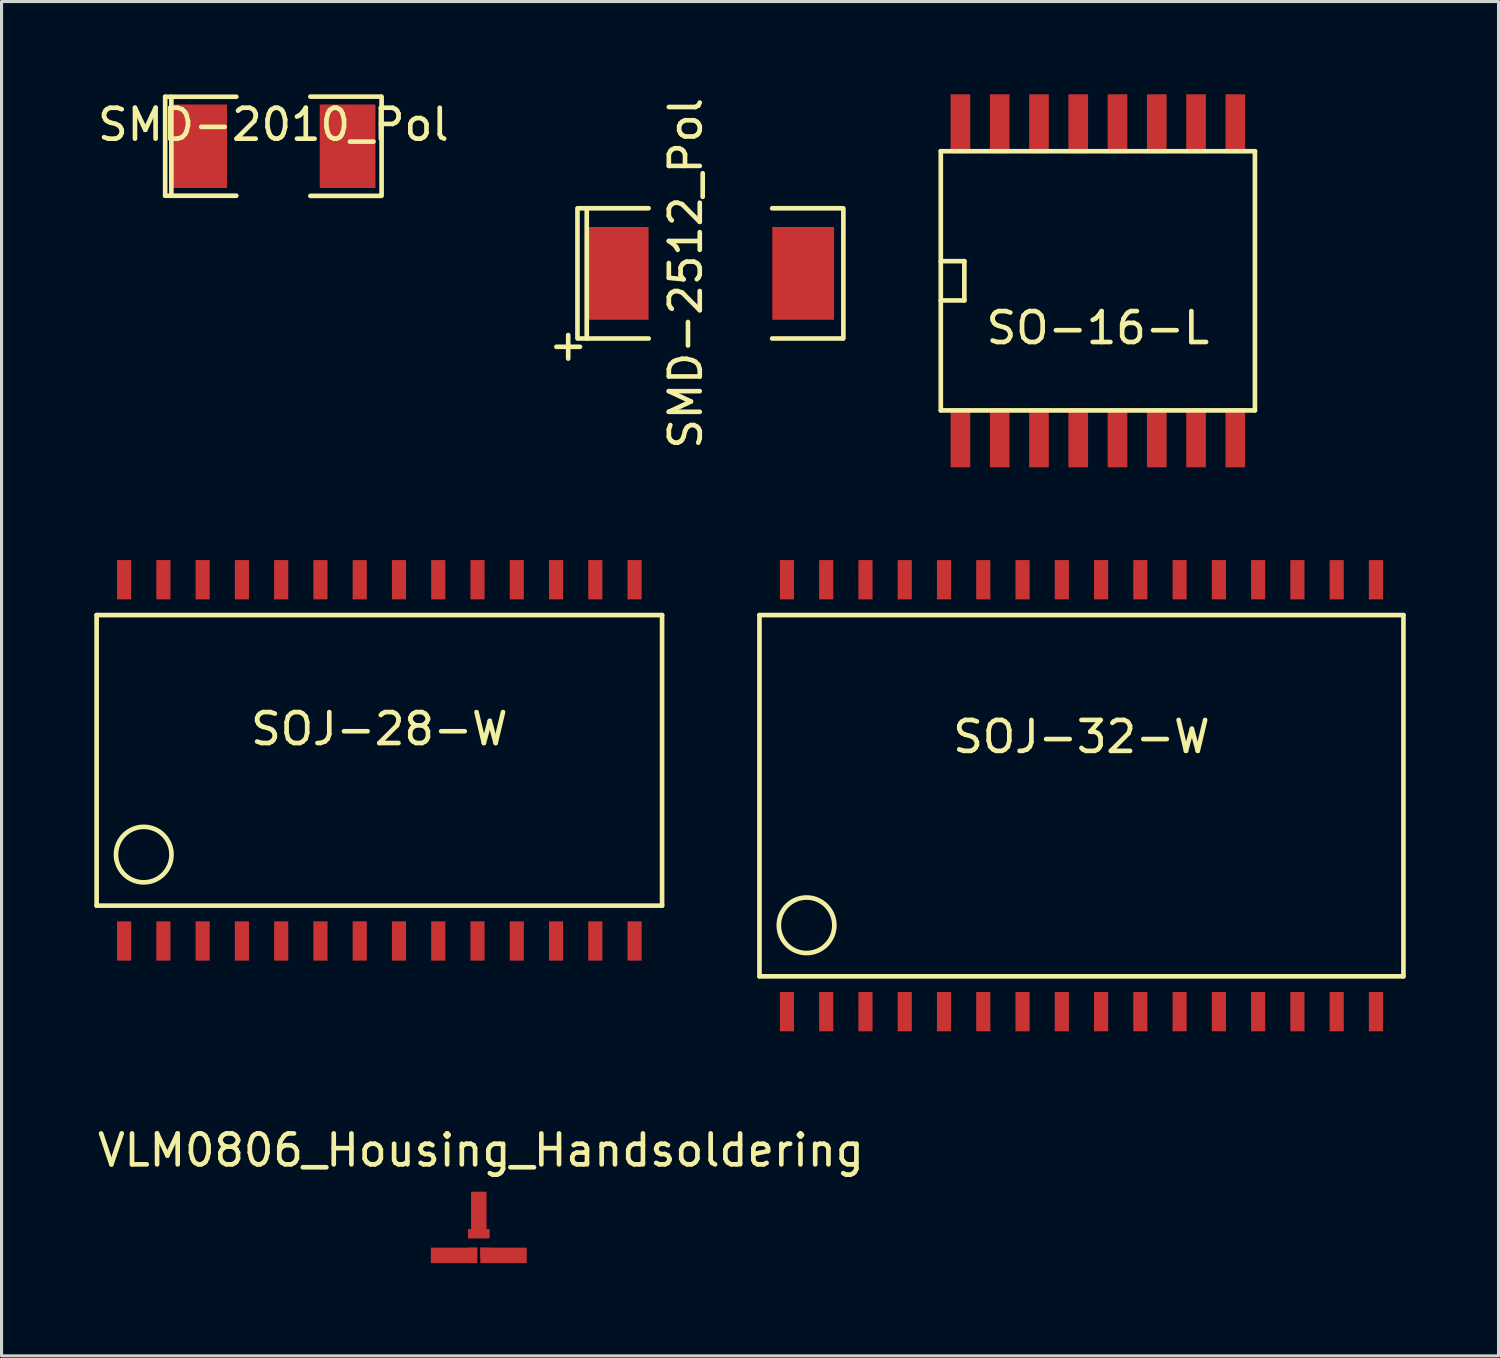
<source format=kicad_pcb>
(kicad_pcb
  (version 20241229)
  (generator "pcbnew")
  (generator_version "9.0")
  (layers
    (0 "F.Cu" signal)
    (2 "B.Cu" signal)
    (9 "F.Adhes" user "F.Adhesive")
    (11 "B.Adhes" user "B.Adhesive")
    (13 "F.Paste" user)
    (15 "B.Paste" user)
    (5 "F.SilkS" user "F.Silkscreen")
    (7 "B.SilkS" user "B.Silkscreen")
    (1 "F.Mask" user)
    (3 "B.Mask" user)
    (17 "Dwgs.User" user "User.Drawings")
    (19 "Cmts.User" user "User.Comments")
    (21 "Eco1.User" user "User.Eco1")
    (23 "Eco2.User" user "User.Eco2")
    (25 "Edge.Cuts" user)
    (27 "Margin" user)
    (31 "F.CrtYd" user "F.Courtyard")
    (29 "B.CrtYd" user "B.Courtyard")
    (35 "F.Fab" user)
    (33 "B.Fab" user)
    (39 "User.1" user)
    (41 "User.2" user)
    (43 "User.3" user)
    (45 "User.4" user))
  (footprint "SOJ-32-W"
    (layer "F.Cu")
    (at 31.927 22.685)
    (property "Reference" "SOJ-32-W" (at 0 -1.905 0) (layer "F.SilkS") (effects (font (size 1 1) (thickness 0.15))))
    (attr smd)
    (fp_line (start -10.414 -5.842) (end 10.414 -5.842) (stroke (width 0.15) (type solid)) (layer "F.SilkS"))
    (fp_line (start -10.414 5.842) (end -10.414 -5.842) (stroke (width 0.15) (type solid)) (layer "F.SilkS"))
    (fp_line (start 10.414 -5.842) (end 10.414 5.842) (stroke (width 0.15) (type solid)) (layer "F.SilkS"))
    (fp_line (start 10.414 5.842) (end -10.414 5.842) (stroke (width 0.15) (type solid)) (layer "F.SilkS"))
    (fp_circle (center -8.89 4.191) (end -9.525 3.556) (stroke (width 0.15) (type solid)) (fill no) (layer "F.SilkS"))
    (pad "1" smd rect (at -9.525 6.985) (size 0.457 1.27) (layers "F.Cu" "F.Mask" "F.Paste"))
    (pad "2" smd rect (at -8.255 6.985) (size 0.457 1.27) (layers "F.Cu" "F.Mask" "F.Paste"))
    (pad "3" smd rect (at -6.985 6.985) (size 0.457 1.27) (layers "F.Cu" "F.Mask" "F.Paste"))
    (pad "4" smd rect (at -5.715 6.985) (size 0.457 1.27) (layers "F.Cu" "F.Mask" "F.Paste"))
    (pad "5" smd rect (at -4.445 6.985) (size 0.457 1.27) (layers "F.Cu" "F.Mask" "F.Paste"))
    (pad "6" smd rect (at -3.175 6.985) (size 0.457 1.27) (layers "F.Cu" "F.Mask" "F.Paste"))
    (pad "7" smd rect (at -1.905 6.985) (size 0.457 1.27) (layers "F.Cu" "F.Mask" "F.Paste"))
    (pad "8" smd rect (at -0.635 6.985) (size 0.457 1.27) (layers "F.Cu" "F.Mask" "F.Paste"))
    (pad "9" smd rect (at 0.635 6.985) (size 0.457 1.27) (layers "F.Cu" "F.Mask" "F.Paste"))
    (pad "10" smd rect (at 1.905 6.985) (size 0.457 1.27) (layers "F.Cu" "F.Mask" "F.Paste"))
    (pad "11" smd rect (at 3.175 6.985) (size 0.457 1.27) (layers "F.Cu" "F.Mask" "F.Paste"))
    (pad "12" smd rect (at 4.445 6.985) (size 0.457 1.27) (layers "F.Cu" "F.Mask" "F.Paste"))
    (pad "13" smd rect (at 5.715 6.985) (size 0.457 1.27) (layers "F.Cu" "F.Mask" "F.Paste"))
    (pad "14" smd rect (at 6.985 6.985) (size 0.457 1.27) (layers "F.Cu" "F.Mask" "F.Paste"))
    (pad "15" smd rect (at 8.255 6.985) (size 0.457 1.27) (layers "F.Cu" "F.Mask" "F.Paste"))
    (pad "16" smd rect (at 9.525 6.985) (size 0.457 1.27) (layers "F.Cu" "F.Mask" "F.Paste"))
    (pad "17" smd rect (at 9.525 -6.985) (size 0.457 1.27) (layers "F.Cu" "F.Mask" "F.Paste"))
    (pad "18" smd rect (at 8.255 -6.985) (size 0.457 1.27) (layers "F.Cu" "F.Mask" "F.Paste"))
    (pad "19" smd rect (at 6.985 -6.985) (size 0.457 1.27) (layers "F.Cu" "F.Mask" "F.Paste"))
    (pad "20" smd rect (at 5.715 -6.985) (size 0.457 1.27) (layers "F.Cu" "F.Mask" "F.Paste"))
    (pad "21" smd rect (at 4.445 -6.985) (size 0.457 1.27) (layers "F.Cu" "F.Mask" "F.Paste"))
    (pad "22" smd rect (at 3.175 -6.985) (size 0.457 1.27) (layers "F.Cu" "F.Mask" "F.Paste"))
    (pad "23" smd rect (at 1.905 -6.985) (size 0.457 1.27) (layers "F.Cu" "F.Mask" "F.Paste"))
    (pad "24" smd rect (at 0.635 -6.985) (size 0.457 1.27) (layers "F.Cu" "F.Mask" "F.Paste"))
    (pad "25" smd rect (at -0.635 -6.985) (size 0.457 1.27) (layers "F.Cu" "F.Mask" "F.Paste"))
    (pad "26" smd rect (at -1.905 -6.985) (size 0.457 1.27) (layers "F.Cu" "F.Mask" "F.Paste"))
    (pad "27" smd rect (at -3.175 -6.985) (size 0.457 1.27) (layers "F.Cu" "F.Mask" "F.Paste"))
    (pad "28" smd rect (at -4.445 -6.985) (size 0.457 1.27) (layers "F.Cu" "F.Mask" "F.Paste"))
    (pad "29" smd rect (at -5.715 -6.985) (size 0.457 1.27) (layers "F.Cu" "F.Mask" "F.Paste"))
    (pad "30" smd rect (at -6.985 -6.985) (size 0.457 1.27) (layers "F.Cu" "F.Mask" "F.Paste"))
    (pad "31" smd rect (at -8.255 -6.985) (size 0.457 1.27) (layers "F.Cu" "F.Mask" "F.Paste"))
    (pad "32" smd rect (at -9.525 -6.985) (size 0.457 1.27) (layers "F.Cu" "F.Mask" "F.Paste")))
  (footprint "SMD-2512_Pol"
    (layer "F.Cu")
    (at 19.927 5.792)
    (property "Reference" "SMD-2512_Pol" (at -0.8 0 90) (layer "F.SilkS") (effects (font (size 1 1) (thickness 0.15))))
    (attr smd)
    (fp_line (start -4.3 -2.101) (end -4.3 2.101) (stroke (width 0.15) (type solid)) (layer "F.SilkS"))
    (fp_line (start -4.282 2.106) (end -1.996 2.106) (stroke (width 0.15) (type solid)) (layer "F.SilkS"))
    (fp_line (start -4 -2.101) (end -4 2.101) (stroke (width 0.15) (type solid)) (layer "F.SilkS"))
    (fp_line (start -1.999 -2.106) (end -4.285 -2.106) (stroke (width 0.15) (type solid)) (layer "F.SilkS"))
    (fp_line (start 1.996 2.106) (end 4.282 2.106) (stroke (width 0.15) (type solid)) (layer "F.SilkS"))
    (fp_line (start 4.282 -2.106) (end 1.996 -2.106) (stroke (width 0.15) (type solid)) (layer "F.SilkS"))
    (fp_line (start 4.3 -2.101) (end 4.3 2.101) (stroke (width 0.15) (type solid)) (layer "F.SilkS"))
    (fp_text user "+" (at -4.6 2.301 0) (layer "F.SilkS") (effects (font (size 1 1) (thickness 0.15))))
    (pad "1" smd rect (at -3 0) (size 1.999 3) (layers "F.Cu" "F.Mask" "F.Paste"))
    (pad "2" smd rect (at 3 0) (size 1.999 3) (layers "F.Cu" "F.Mask" "F.Paste")))
  (footprint "VLM0806_Housing_Handsoldering"
    (layer "F.Cu")
    (at 12.435 37.153)
    (property "Reference" "VLM0806_Housing_Handsoldering" (at 0.071 -3 0) (layer "F.SilkS") (effects (font (size 1 1) (thickness 0.15))))
    (attr smd)
    (pad "1" smd rect (at 0.201 0.3) (size 0.3 0.3) (layers "F.Cu" "F.Mask" "F.Paste"))
    (pad "1" smd rect (at 0.8 0.399) (size 1.501 0.5) (layers "F.Cu" "F.Mask" "F.Paste"))
    (pad "2" smd rect (at -0.8 0.399) (size 1.501 0.5) (layers "F.Cu" "F.Mask" "F.Paste"))
    (pad "2" smd rect (at -0.201 0.3) (size 0.3 0.3) (layers "F.Cu" "F.Mask" "F.Paste"))
    (pad "3" smd rect (at 0 -0.909 90) (size 1.501 0.5) (layers "F.Cu" "F.Mask" "F.Paste"))
    (pad "3" smd rect (at 0 -0.3) (size 0.701 0.3) (layers "F.Cu" "F.Mask" "F.Paste")))
  (footprint "SMD-2010_Pol"
    (layer "F.Cu")
    (at 5.792 1.68)
    (property "Reference" "SMD-2010_Pol" (at 0 -0.7 0) (layer "F.SilkS") (effects (font (size 1 1) (thickness 0.15))))
    (attr smd)
    (fp_line (start -3.5 -1.6) (end -3.5 1.6) (stroke (width 0.15) (type solid)) (layer "F.SilkS"))
    (fp_line (start -3.5 1.6) (end -1.2 1.6) (stroke (width 0.15) (type solid)) (layer "F.SilkS"))
    (fp_line (start -3.3 -1.6) (end -3.3 1.6) (stroke (width 0.15) (type solid)) (layer "F.SilkS"))
    (fp_line (start -1.2 -1.6) (end -3.5 -1.6) (stroke (width 0.15) (type solid)) (layer "F.SilkS"))
    (fp_line (start 1.196 1.605) (end 3.482 1.605) (stroke (width 0.15) (type solid)) (layer "F.SilkS"))
    (fp_line (start 3.482 -1.605) (end 1.196 -1.605) (stroke (width 0.15) (type solid)) (layer "F.SilkS"))
    (fp_line (start 3.5 -1.6) (end 3.5 1.6) (stroke (width 0.15) (type solid)) (layer "F.SilkS"))
    (pad "1" smd rect (at -2.4 0) (size 1.801 2.7) (layers "F.Cu" "F.Mask" "F.Paste"))
    (pad "2" smd rect (at 2.4 0) (size 1.801 2.7) (layers "F.Cu" "F.Mask" "F.Paste")))
  (footprint "SOJ-28-W"
    (layer "F.Cu")
    (at 9.219 21.542)
    (property "Reference" "SOJ-28-W" (at 0 -1.016 0) (layer "F.SilkS") (effects (font (size 1 1) (thickness 0.15))))
    (attr smd)
    (fp_line (start -9.144 -4.699) (end -9.144 4.699) (stroke (width 0.15) (type solid)) (layer "F.SilkS"))
    (fp_line (start -9.144 -4.699) (end 9.144 -4.699) (stroke (width 0.15) (type solid)) (layer "F.SilkS"))
    (fp_line (start 9.144 4.699) (end -9.144 4.699) (stroke (width 0.15) (type solid)) (layer "F.SilkS"))
    (fp_line (start 9.144 4.699) (end 9.144 -4.699) (stroke (width 0.15) (type solid)) (layer "F.SilkS"))
    (fp_circle (center -7.62 3.048) (end -8.255 2.413) (stroke (width 0.15) (type solid)) (fill no) (layer "F.SilkS"))
    (pad "1" smd rect (at -8.255 5.842) (size 0.457 1.27) (layers "F.Cu" "F.Mask" "F.Paste"))
    (pad "2" smd rect (at -6.985 5.842) (size 0.457 1.27) (layers "F.Cu" "F.Mask" "F.Paste"))
    (pad "3" smd rect (at -5.715 5.842) (size 0.457 1.27) (layers "F.Cu" "F.Mask" "F.Paste"))
    (pad "4" smd rect (at -4.445 5.842) (size 0.457 1.27) (layers "F.Cu" "F.Mask" "F.Paste"))
    (pad "5" smd rect (at -3.175 5.842) (size 0.457 1.27) (layers "F.Cu" "F.Mask" "F.Paste"))
    (pad "6" smd rect (at -1.905 5.842) (size 0.457 1.27) (layers "F.Cu" "F.Mask" "F.Paste"))
    (pad "7" smd rect (at -0.635 5.842) (size 0.457 1.27) (layers "F.Cu" "F.Mask" "F.Paste"))
    (pad "8" smd rect (at 0.635 5.842) (size 0.457 1.27) (layers "F.Cu" "F.Mask" "F.Paste"))
    (pad "9" smd rect (at 1.905 5.842) (size 0.457 1.27) (layers "F.Cu" "F.Mask" "F.Paste"))
    (pad "10" smd rect (at 3.175 5.842) (size 0.457 1.27) (layers "F.Cu" "F.Mask" "F.Paste"))
    (pad "11" smd rect (at 4.445 5.842) (size 0.457 1.27) (layers "F.Cu" "F.Mask" "F.Paste"))
    (pad "12" smd rect (at 5.715 5.842) (size 0.457 1.27) (layers "F.Cu" "F.Mask" "F.Paste"))
    (pad "13" smd rect (at 6.985 5.842) (size 0.457 1.27) (layers "F.Cu" "F.Mask" "F.Paste"))
    (pad "14" smd rect (at 8.255 5.842) (size 0.457 1.27) (layers "F.Cu" "F.Mask" "F.Paste"))
    (pad "15" smd rect (at 8.255 -5.842) (size 0.457 1.27) (layers "F.Cu" "F.Mask" "F.Paste"))
    (pad "16" smd rect (at 6.985 -5.842) (size 0.457 1.27) (layers "F.Cu" "F.Mask" "F.Paste"))
    (pad "17" smd rect (at 5.715 -5.842) (size 0.457 1.27) (layers "F.Cu" "F.Mask" "F.Paste"))
    (pad "18" smd rect (at 4.445 -5.842) (size 0.457 1.27) (layers "F.Cu" "F.Mask" "F.Paste"))
    (pad "19" smd rect (at 3.175 -5.842) (size 0.457 1.27) (layers "F.Cu" "F.Mask" "F.Paste"))
    (pad "20" smd rect (at 1.905 -5.842) (size 0.457 1.27) (layers "F.Cu" "F.Mask" "F.Paste"))
    (pad "21" smd rect (at 0.635 -5.842) (size 0.457 1.27) (layers "F.Cu" "F.Mask" "F.Paste"))
    (pad "22" smd rect (at -0.635 -5.842) (size 0.457 1.27) (layers "F.Cu" "F.Mask" "F.Paste"))
    (pad "23" smd rect (at -1.905 -5.842) (size 0.457 1.27) (layers "F.Cu" "F.Mask" "F.Paste"))
    (pad "24" smd rect (at -3.175 -5.842) (size 0.457 1.27) (layers "F.Cu" "F.Mask" "F.Paste"))
    (pad "25" smd rect (at -4.445 -5.842) (size 0.457 1.27) (layers "F.Cu" "F.Mask" "F.Paste"))
    (pad "26" smd rect (at -5.715 -5.842) (size 0.457 1.27) (layers "F.Cu" "F.Mask" "F.Paste"))
    (pad "27" smd rect (at -6.985 -5.842) (size 0.457 1.27) (layers "F.Cu" "F.Mask" "F.Paste"))
    (pad "28" smd rect (at -8.255 -5.842) (size 0.457 1.27) (layers "F.Cu" "F.Mask" "F.Paste")))
  (footprint "SO-16-L"
    (layer "F.Cu")
    (at 32.458 6.032)
    (property "Reference" "SO-16-L" (at 0 1.524 0) (layer "F.SilkS") (effects (font (size 1 1) (thickness 0.15))))
    (attr smd)
    (fp_line (start -5.08 -4.191) (end 5.08 -4.191) (stroke (width 0.15) (type solid)) (layer "F.SilkS"))
    (fp_line (start -5.08 -0.635) (end -4.318 -0.635) (stroke (width 0.15) (type solid)) (layer "F.SilkS"))
    (fp_line (start -5.08 4.191) (end -5.08 -4.191) (stroke (width 0.15) (type solid)) (layer "F.SilkS"))
    (fp_line (start -4.318 -0.635) (end -4.318 0.635) (stroke (width 0.15) (type solid)) (layer "F.SilkS"))
    (fp_line (start -4.318 0.635) (end -5.08 0.635) (stroke (width 0.15) (type solid)) (layer "F.SilkS"))
    (fp_line (start 5.08 -4.191) (end 5.08 4.191) (stroke (width 0.15) (type solid)) (layer "F.SilkS"))
    (fp_line (start 5.08 4.191) (end -5.08 4.191) (stroke (width 0.15) (type solid)) (layer "F.SilkS"))
    (pad "1" smd rect (at -4.445 5.08) (size 0.635 1.905) (layers "F.Cu" "F.Mask" "F.Paste"))
    (pad "2" smd rect (at -3.175 5.08) (size 0.635 1.905) (layers "F.Cu" "F.Mask" "F.Paste"))
    (pad "3" smd rect (at -1.905 5.08) (size 0.635 1.905) (layers "F.Cu" "F.Mask" "F.Paste"))
    (pad "4" smd rect (at -0.635 5.08) (size 0.635 1.905) (layers "F.Cu" "F.Mask" "F.Paste"))
    (pad "5" smd rect (at 0.635 5.08) (size 0.635 1.905) (layers "F.Cu" "F.Mask" "F.Paste"))
    (pad "6" smd rect (at 1.905 5.08) (size 0.635 1.905) (layers "F.Cu" "F.Mask" "F.Paste"))
    (pad "7" smd rect (at 3.175 5.08) (size 0.635 1.905) (layers "F.Cu" "F.Mask" "F.Paste"))
    (pad "8" smd rect (at 4.445 5.08) (size 0.635 1.905) (layers "F.Cu" "F.Mask" "F.Paste"))
    (pad "9" smd rect (at 4.445 -5.08) (size 0.635 1.905) (layers "F.Cu" "F.Mask" "F.Paste"))
    (pad "10" smd rect (at 3.175 -5.08) (size 0.635 1.905) (layers "F.Cu" "F.Mask" "F.Paste"))
    (pad "11" smd rect (at 1.905 -5.08) (size 0.635 1.905) (layers "F.Cu" "F.Mask" "F.Paste"))
    (pad "12" smd rect (at 0.635 -5.08) (size 0.635 1.905) (layers "F.Cu" "F.Mask" "F.Paste"))
    (pad "13" smd rect (at -0.635 -5.08) (size 0.635 1.905) (layers "F.Cu" "F.Mask" "F.Paste"))
    (pad "14" smd rect (at -1.905 -5.08) (size 0.635 1.905) (layers "F.Cu" "F.Mask" "F.Paste"))
    (pad "15" smd rect (at -3.175 -5.08) (size 0.635 1.905) (layers "F.Cu" "F.Mask" "F.Paste"))
    (pad "16" smd rect (at -4.445 -5.08) (size 0.635 1.905) (layers "F.Cu" "F.Mask" "F.Paste")))
  (gr_rect
    (start -3 -3)
    (end 45.416 40.802)
    (stroke (width 0.1) (type default))
    (fill no)
    (layer "Edge.Cuts")))
</source>
